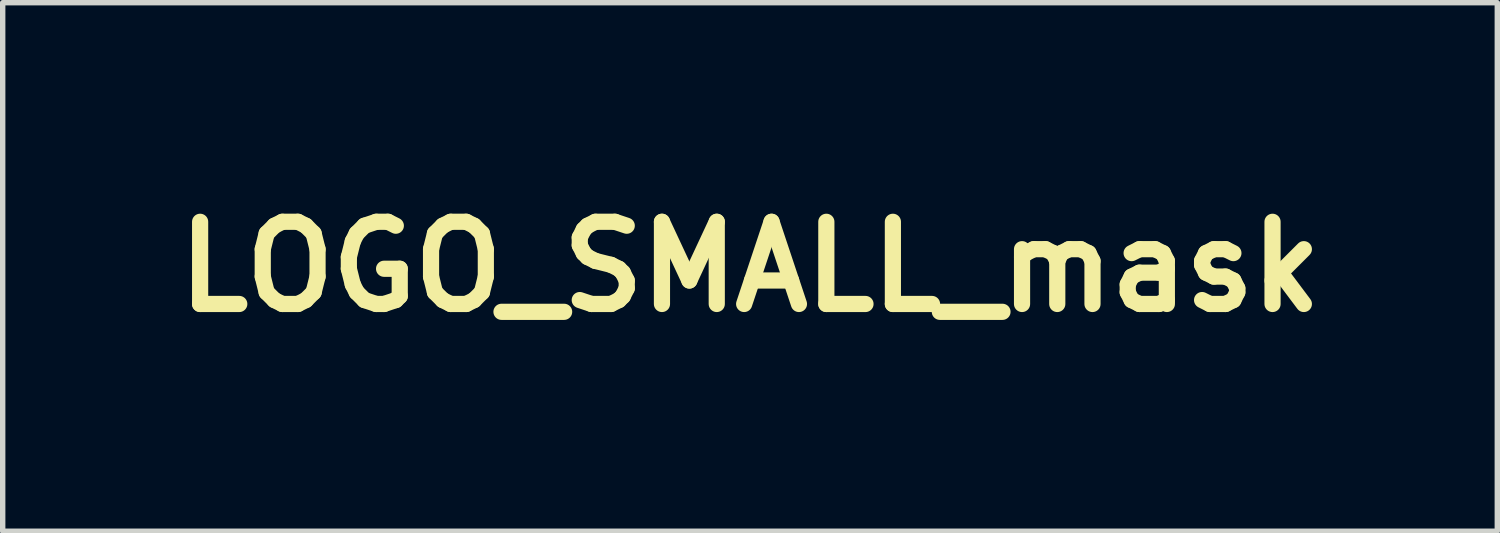
<source format=kicad_pcb>
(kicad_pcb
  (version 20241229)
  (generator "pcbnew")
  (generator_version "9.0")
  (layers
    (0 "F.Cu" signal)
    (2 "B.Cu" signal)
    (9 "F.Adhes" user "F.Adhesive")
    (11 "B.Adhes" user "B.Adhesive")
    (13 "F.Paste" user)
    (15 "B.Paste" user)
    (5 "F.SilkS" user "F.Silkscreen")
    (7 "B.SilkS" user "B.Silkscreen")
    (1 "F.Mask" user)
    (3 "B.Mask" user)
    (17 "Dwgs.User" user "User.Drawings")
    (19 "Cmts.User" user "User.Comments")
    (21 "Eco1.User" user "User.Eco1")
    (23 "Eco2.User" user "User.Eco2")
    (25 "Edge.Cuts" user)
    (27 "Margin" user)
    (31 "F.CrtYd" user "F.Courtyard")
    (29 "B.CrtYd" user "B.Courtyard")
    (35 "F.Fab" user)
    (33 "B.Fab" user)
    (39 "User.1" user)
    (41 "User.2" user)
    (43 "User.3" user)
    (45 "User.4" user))
  (footprint "LOGO_SMALL_mask"
    (layer "F.Cu")
    (at 10.857 1.897)
    (property "Reference" "LOGO_SMALL_mask" (at 0 0 0) (layer "F.SilkS") (effects (font (size 1.524 1.524) (thickness 0.3))))
    (attr through_hole)
    (fp_poly (pts (xy 1.934 -1.891) (xy 1.941 -1.889) (xy 1.971 -1.87) (xy 1.988 -1.846) (xy 1.991 -1.812) (xy 1.982 -1.763) (xy 1.977 -1.744) (xy 1.971 -1.721) (xy 1.958 -1.676) (xy 1.941 -1.611) (xy 1.918 -1.528) (xy 1.89 -1.429) (xy 1.859 -1.315) (xy 1.825 -1.19) (xy 1.787 -1.055) (xy 1.748 -0.912) (xy 1.707 -0.764) (xy 1.665 -0.612) (xy 1.623 -0.459) (xy 1.581 -0.306) (xy 1.539 -0.156) (xy 1.499 -0.011) (xy 1.461 0.127) (xy 1.425 0.257) (xy 1.393 0.375) (xy 1.364 0.479) (xy 1.339 0.569) (xy 1.319 0.641) (xy 1.317 0.646) (xy 1.3 0.705) (xy 1.283 0.755) (xy 1.269 0.792) (xy 1.26 0.808) (xy 1.244 0.819) (xy 1.222 0.825) (xy 1.191 0.823) (xy 1.15 0.815) (xy 1.095 0.799) (xy 1.024 0.774) (xy 0.934 0.741) (xy 0.831 0.7) (xy 0.747 0.667) (xy 0.671 0.638) (xy 0.607 0.615) (xy 0.556 0.597) (xy 0.523 0.587) (xy 0.51 0.585) (xy 0.51 0.585) (xy 0.512 0.6) (xy 0.521 0.635) (xy 0.534 0.689) (xy 0.551 0.758) (xy 0.572 0.839) (xy 0.596 0.929) (xy 0.602 0.953) (xy 0.627 1.046) (xy 0.649 1.133) (xy 0.669 1.21) (xy 0.684 1.274) (xy 0.694 1.322) (xy 0.698 1.349) (xy 0.698 1.351) (xy 0.692 1.388) (xy 0.676 1.413) (xy 0.659 1.419) (xy 0.617 1.429) (xy 0.551 1.443) (xy 0.459 1.462) (xy 0.343 1.485) (xy 0.202 1.513) (xy 0.037 1.544) (xy -0.153 1.58) (xy -0.366 1.619) (xy -0.597 1.662) (xy -0.772 1.694) (xy -0.941 1.725) (xy -1.102 1.755) (xy -1.252 1.782) (xy -1.391 1.808) (xy -1.516 1.831) (xy -1.626 1.851) (xy -1.719 1.868) (xy -1.793 1.881) (xy -1.847 1.891) (xy -1.879 1.897) (xy -1.886 1.898) (xy -1.93 1.896) (xy -1.959 1.886) (xy -1.984 1.866) (xy -1.993 1.837) (xy -1.994 1.821) (xy -1.991 1.798) (xy -1.981 1.754) (xy -1.967 1.692) (xy -1.966 1.688) (xy -1.702 1.688) (xy -1.683 1.686) (xy -1.644 1.68) (xy -1.591 1.671) (xy -1.53 1.659) (xy -1.524 1.658) (xy -1.461 1.646) (xy -1.374 1.629) (xy -1.263 1.608) (xy -1.129 1.582) (xy -0.972 1.553) (xy -0.794 1.519) (xy -0.595 1.481) (xy -0.375 1.44) (xy -0.135 1.395) (xy -0.109 1.39) (xy -0.016 1.372) (xy 0.069 1.356) (xy 0.143 1.341) (xy 0.202 1.329) (xy 0.243 1.32) (xy 0.263 1.315) (xy 0.265 1.314) (xy 0.259 1.307) (xy 0.236 1.296) (xy 0.234 1.295) (xy 0.215 1.288) (xy 0.174 1.272) (xy 0.115 1.25) (xy 0.041 1.221) (xy -0.048 1.187) (xy -0.147 1.148) (xy -0.254 1.107) (xy -0.337 1.074) (xy -0.87 0.867) (xy -0.94 0.929) (xy -0.979 0.964) (xy -1.029 1.011) (xy -1.088 1.067) (xy -1.153 1.131) (xy -1.224 1.199) (xy -1.296 1.271) (xy -1.369 1.343) (xy -1.44 1.414) (xy -1.506 1.481) (xy -1.567 1.542) (xy -1.619 1.596) (xy -1.66 1.639) (xy -1.688 1.67) (xy -1.701 1.686) (xy -1.702 1.688) (xy -1.966 1.688) (xy -1.948 1.615) (xy -1.948 1.614) (xy -1.75 1.614) (xy -1.749 1.617) (xy -1.743 1.616) (xy -1.731 1.608) (xy -1.712 1.593) (xy -1.685 1.568) (xy -1.647 1.533) (xy -1.597 1.486) (xy -1.534 1.427) (xy -1.457 1.353) (xy -1.364 1.264) (xy -1.29 1.194) (xy -0.904 0.824) (xy -0.931 0.721) (xy -0.717 0.721) (xy -0.705 0.726) (xy -0.672 0.74) (xy -0.621 0.761) (xy -0.554 0.787) (xy -0.475 0.819) (xy -0.385 0.854) (xy -0.289 0.891) (xy -0.187 0.931) (xy -0.084 0.971) (xy 0.018 1.011) (xy 0.116 1.049) (xy 0.208 1.085) (xy 0.292 1.117) (xy 0.363 1.144) (xy 0.42 1.165) (xy 0.459 1.18) (xy 0.479 1.187) (xy 0.48 1.187) (xy 0.478 1.174) (xy 0.47 1.14) (xy 0.456 1.088) (xy 0.438 1.021) (xy 0.417 0.942) (xy 0.392 0.853) (xy 0.387 0.836) (xy 0.362 0.746) (xy 0.339 0.664) (xy 0.318 0.594) (xy 0.301 0.537) (xy 0.289 0.499) (xy 0.282 0.481) (xy 0.282 0.48) (xy 0.268 0.473) (xy 0.234 0.458) (xy 0.184 0.437) (xy 0.121 0.412) (xy 0.051 0.384) (xy 0.044 0.381) (xy -0.029 0.353) (xy -0.095 0.326) (xy -0.151 0.304) (xy -0.191 0.288) (xy -0.213 0.279) (xy -0.213 0.279) (xy -0.224 0.277) (xy -0.236 0.279) (xy -0.253 0.288) (xy -0.277 0.306) (xy -0.31 0.334) (xy -0.355 0.374) (xy -0.413 0.428) (xy -0.481 0.492) (xy -0.545 0.553) (xy -0.603 0.608) (xy -0.651 0.654) (xy -0.688 0.69) (xy -0.711 0.713) (xy -0.717 0.721) (xy -0.931 0.721) (xy -0.959 0.612) (xy -0.977 0.54) (xy -1 0.451) (xy -1.026 0.348) (xy -1.054 0.239) (xy -1.082 0.13) (xy -1.104 0.044) (xy -1.128 -0.048) (xy -1.15 -0.133) (xy -1.169 -0.207) (xy -1.185 -0.267) (xy -1.197 -0.31) (xy -1.203 -0.333) (xy -1.204 -0.334) (xy -1.21 -0.33) (xy -1.222 -0.301) (xy -1.239 -0.249) (xy -1.262 -0.171) (xy -1.291 -0.07) (xy -1.326 0.056) (xy -1.339 0.104) (xy -1.373 0.229) (xy -1.412 0.371) (xy -1.453 0.525) (xy -1.496 0.683) (xy -1.538 0.838) (xy -1.578 0.983) (xy -1.602 1.073) (xy -1.632 1.183) (xy -1.66 1.286) (xy -1.686 1.38) (xy -1.708 1.46) (xy -1.726 1.526) (xy -1.739 1.574) (xy -1.747 1.601) (xy -1.748 1.606) (xy -1.75 1.614) (xy -1.948 1.614) (xy -1.926 1.527) (xy -1.901 1.431) (xy -1.885 1.374) (xy -1.809 1.093) (xy -1.739 0.835) (xy -1.676 0.601) (xy -1.619 0.389) (xy -1.568 0.199) (xy -1.522 0.03) (xy -1.482 -0.119) (xy -1.447 -0.249) (xy -1.417 -0.36) (xy -1.392 -0.452) (xy -1.372 -0.528) (xy -1.361 -0.568) (xy -1.076 -0.568) (xy -1.072 -0.553) (xy -1.063 -0.515) (xy -1.048 -0.458) (xy -1.029 -0.384) (xy -1.006 -0.295) (xy -0.98 -0.193) (xy -0.951 -0.08) (xy -0.92 0.04) (xy -0.913 0.067) (xy -0.883 0.187) (xy -0.853 0.3) (xy -0.826 0.403) (xy -0.802 0.493) (xy -0.782 0.568) (xy -0.766 0.626) (xy -0.754 0.665) (xy -0.748 0.682) (xy -0.748 0.683) (xy -0.737 0.673) (xy -0.71 0.649) (xy -0.67 0.612) (xy -0.619 0.565) (xy -0.56 0.51) (xy -0.513 0.465) (xy -0.45 0.405) (xy -0.393 0.351) (xy -0.346 0.305) (xy -0.309 0.269) (xy -0.287 0.246) (xy -0.281 0.239) (xy -0.283 0.224) (xy -0.292 0.188) (xy -0.305 0.136) (xy -0.094 0.136) (xy 0.051 0.194) (xy 0.125 0.223) (xy 0.177 0.242) (xy 0.211 0.252) (xy 0.226 0.253) (xy 0.228 0.251) (xy 0.225 0.238) (xy 0.215 0.206) (xy 0.201 0.158) (xy 0.184 0.1) (xy 0.18 0.085) (xy 0.132 -0.078) (xy -0.094 0.136) (xy -0.305 0.136) (xy -0.305 0.135) (xy -0.323 0.069) (xy -0.344 -0.008) (xy -0.356 -0.05) (xy -0.409 -0.24) (xy -0.216 -0.24) (xy -0.213 -0.22) (xy -0.204 -0.184) (xy -0.192 -0.136) (xy -0.178 -0.083) (xy -0.162 -0.03) (xy -0.148 0.018) (xy -0.137 0.054) (xy -0.129 0.074) (xy -0.128 0.076) (xy -0.116 0.068) (xy -0.089 0.046) (xy -0.053 0.013) (xy -0.012 -0.024) (xy 0.029 -0.064) (xy 0.062 -0.097) (xy 0.083 -0.12) (xy 0.089 -0.13) (xy 0.073 -0.139) (xy 0.039 -0.153) (xy -0.005 -0.171) (xy -0.056 -0.19) (xy -0.106 -0.208) (xy 0.286 -0.208) (xy 0.289 -0.184) (xy 0.296 -0.15) (xy 0.309 -0.101) (xy 0.327 -0.033) (xy 0.349 0.047) (xy 0.371 0.126) (xy 0.392 0.197) (xy 0.409 0.257) (xy 0.423 0.301) (xy 0.431 0.326) (xy 0.432 0.329) (xy 0.445 0.338) (xy 0.478 0.353) (xy 0.527 0.375) (xy 0.588 0.402) (xy 0.657 0.431) (xy 0.73 0.462) (xy 0.804 0.492) (xy 0.875 0.521) (xy 0.938 0.546) (xy 0.99 0.566) (xy 1.027 0.579) (xy 1.045 0.584) (xy 1.054 0.574) (xy 1.054 0.571) (xy 1.051 0.556) (xy 1.042 0.519) (xy 1.029 0.462) (xy 1.011 0.388) (xy 0.989 0.299) (xy 0.963 0.197) (xy 0.936 0.085) (xy 0.906 -0.034) (xy 0.9 -0.058) (xy 0.745 -0.672) (xy 0.535 -0.471) (xy 0.473 -0.412) (xy 0.416 -0.357) (xy 0.367 -0.31) (xy 0.329 -0.273) (xy 0.306 -0.249) (xy 0.3 -0.243) (xy 0.292 -0.234) (xy 0.287 -0.223) (xy 0.286 -0.208) (xy -0.106 -0.208) (xy -0.107 -0.208) (xy -0.154 -0.224) (xy -0.191 -0.235) (xy -0.213 -0.24) (xy -0.216 -0.24) (xy -0.409 -0.24) (xy -0.435 -0.329) (xy -0.563 -0.379) (xy -0.623 -0.402) (xy -0.697 -0.431) (xy -0.779 -0.464) (xy -0.86 -0.495) (xy -0.887 -0.506) (xy -0.951 -0.531) (xy -1.006 -0.55) (xy -1.047 -0.563) (xy -1.072 -0.569) (xy -1.076 -0.568) (xy -1.361 -0.568) (xy -1.359 -0.578) (xy -1.336 -0.66) (xy -1.317 -0.72) (xy -1.299 -0.762) (xy -1.28 -0.789) (xy -1.258 -0.804) (xy -1.23 -0.811) (xy -1.198 -0.813) (xy -1.18 -0.808) (xy -1.141 -0.795) (xy -1.085 -0.775) (xy -1.016 -0.749) (xy -0.937 -0.718) (xy -0.85 -0.683) (xy -0.843 -0.68) (xy -0.758 -0.646) (xy -0.68 -0.615) (xy -0.613 -0.59) (xy -0.561 -0.57) (xy -0.525 -0.557) (xy -0.51 -0.553) (xy -0.509 -0.553) (xy -0.511 -0.566) (xy -0.519 -0.601) (xy -0.532 -0.654) (xy -0.55 -0.723) (xy -0.572 -0.804) (xy -0.596 -0.895) (xy -0.609 -0.941) (xy -0.641 -1.059) (xy -0.666 -1.156) (xy -0.671 -1.177) (xy -0.479 -1.177) (xy -0.477 -1.164) (xy -0.468 -1.13) (xy -0.455 -1.08) (xy -0.437 -1.016) (xy -0.416 -0.943) (xy -0.393 -0.864) (xy -0.37 -0.784) (xy -0.346 -0.705) (xy -0.324 -0.632) (xy -0.305 -0.568) (xy -0.289 -0.518) (xy -0.277 -0.483) (xy -0.271 -0.47) (xy -0.257 -0.462) (xy -0.223 -0.447) (xy -0.173 -0.427) (xy -0.114 -0.402) (xy -0.048 -0.375) (xy 0.02 -0.348) (xy 0.086 -0.323) (xy 0.145 -0.3) (xy 0.192 -0.282) (xy 0.225 -0.271) (xy 0.236 -0.268) (xy 0.249 -0.276) (xy 0.277 -0.299) (xy 0.318 -0.336) (xy 0.369 -0.383) (xy 0.428 -0.438) (xy 0.474 -0.483) (xy 0.536 -0.543) (xy 0.592 -0.597) (xy 0.639 -0.643) (xy 0.674 -0.679) (xy 0.695 -0.701) (xy 0.701 -0.708) (xy 0.69 -0.715) (xy 0.659 -0.73) (xy 0.61 -0.751) (xy 0.548 -0.777) (xy 0.514 -0.791) (xy 0.91 -0.791) (xy 0.913 -0.772) (xy 0.922 -0.73) (xy 0.936 -0.67) (xy 0.955 -0.592) (xy 0.977 -0.501) (xy 1.003 -0.399) (xy 1.031 -0.287) (xy 1.055 -0.192) (xy 1.091 -0.053) (xy 1.121 0.063) (xy 1.146 0.157) (xy 1.166 0.23) (xy 1.182 0.284) (xy 1.194 0.32) (xy 1.203 0.34) (xy 1.208 0.345) (xy 1.209 0.343) (xy 1.214 0.326) (xy 1.225 0.287) (xy 1.242 0.227) (xy 1.264 0.149) (xy 1.291 0.054) (xy 1.321 -0.056) (xy 1.355 -0.18) (xy 1.393 -0.314) (xy 1.432 -0.457) (xy 1.474 -0.608) (xy 1.486 -0.652) (xy 1.528 -0.803) (xy 1.567 -0.947) (xy 1.604 -1.082) (xy 1.638 -1.206) (xy 1.669 -1.318) (xy 1.695 -1.415) (xy 1.717 -1.495) (xy 1.733 -1.557) (xy 1.744 -1.599) (xy 1.749 -1.618) (xy 1.749 -1.62) (xy 1.74 -1.612) (xy 1.714 -1.588) (xy 1.673 -1.55) (xy 1.619 -1.5) (xy 1.555 -1.439) (xy 1.481 -1.37) (xy 1.4 -1.293) (xy 1.327 -1.224) (xy 1.227 -1.129) (xy 1.144 -1.049) (xy 1.076 -0.983) (xy 1.022 -0.931) (xy 0.981 -0.889) (xy 0.951 -0.856) (xy 0.93 -0.832) (xy 0.917 -0.814) (xy 0.911 -0.8) (xy 0.91 -0.791) (xy 0.514 -0.791) (xy 0.475 -0.807) (xy 0.424 -0.827) (xy 0.328 -0.865) (xy 0.216 -0.909) (xy 0.096 -0.956) (xy -0.022 -1.002) (xy -0.132 -1.045) (xy -0.164 -1.058) (xy -0.247 -1.091) (xy -0.322 -1.12) (xy -0.386 -1.144) (xy -0.435 -1.162) (xy -0.467 -1.174) (xy -0.479 -1.177) (xy -0.671 -1.177) (xy -0.685 -1.233) (xy -0.697 -1.292) (xy -0.701 -1.315) (xy -0.277 -1.315) (xy -0.267 -1.309) (xy -0.235 -1.296) (xy -0.186 -1.275) (xy -0.122 -1.248) (xy -0.044 -1.217) (xy 0.043 -1.182) (xy 0.137 -1.144) (xy 0.235 -1.105) (xy 0.335 -1.065) (xy 0.433 -1.026) (xy 0.528 -0.989) (xy 0.615 -0.954) (xy 0.693 -0.924) (xy 0.759 -0.899) (xy 0.81 -0.88) (xy 0.842 -0.868) (xy 0.854 -0.865) (xy 0.868 -0.873) (xy 0.898 -0.898) (xy 0.943 -0.937) (xy 1.001 -0.989) (xy 1.07 -1.053) (xy 1.15 -1.128) (xy 1.237 -1.21) (xy 1.302 -1.272) (xy 1.388 -1.355) (xy 1.468 -1.432) (xy 1.541 -1.502) (xy 1.604 -1.564) (xy 1.655 -1.614) (xy 1.694 -1.652) (xy 1.717 -1.676) (xy 1.724 -1.683) (xy 1.711 -1.682) (xy 1.678 -1.677) (xy 1.63 -1.669) (xy 1.571 -1.658) (xy 1.562 -1.657) (xy 1.477 -1.641) (xy 1.37 -1.621) (xy 1.244 -1.598) (xy 1.104 -1.572) (xy 0.952 -1.544) (xy 0.791 -1.515) (xy 0.625 -1.484) (xy 0.458 -1.453) (xy 0.291 -1.423) (xy 0.184 -1.403) (xy 0.08 -1.384) (xy -0.016 -1.366) (xy -0.101 -1.35) (xy -0.173 -1.336) (xy -0.228 -1.325) (xy -0.263 -1.318) (xy -0.277 -1.315) (xy -0.277 -1.315) (xy -0.701 -1.315) (xy -0.704 -1.337) (xy -0.705 -1.37) (xy -0.7 -1.393) (xy -0.691 -1.409) (xy -0.676 -1.42) (xy -0.669 -1.423) (xy -0.653 -1.427) (xy -0.614 -1.435) (xy -0.553 -1.448) (xy -0.472 -1.463) (xy -0.373 -1.482) (xy -0.257 -1.504) (xy -0.127 -1.529) (xy 0.016 -1.556) (xy 0.171 -1.585) (xy 0.335 -1.615) (xy 0.508 -1.647) (xy 0.634 -1.67) (xy 0.843 -1.709) (xy 1.029 -1.743) (xy 1.193 -1.773) (xy 1.336 -1.798) (xy 1.46 -1.821) (xy 1.566 -1.839) (xy 1.655 -1.855) (xy 1.729 -1.867) (xy 1.789 -1.877) (xy 1.837 -1.884) (xy 1.874 -1.888) (xy 1.902 -1.891) (xy 1.921 -1.892) (xy 1.934 -1.891)) (stroke (width 0.01) (type solid)) (fill yes) (layer "F.Mask")))
  (gr_rect
    (start -3 -3)
    (end 24.713 6.8)
    (stroke (width 0.1) (type default))
    (fill no)
    (layer "Edge.Cuts")))
</source>
